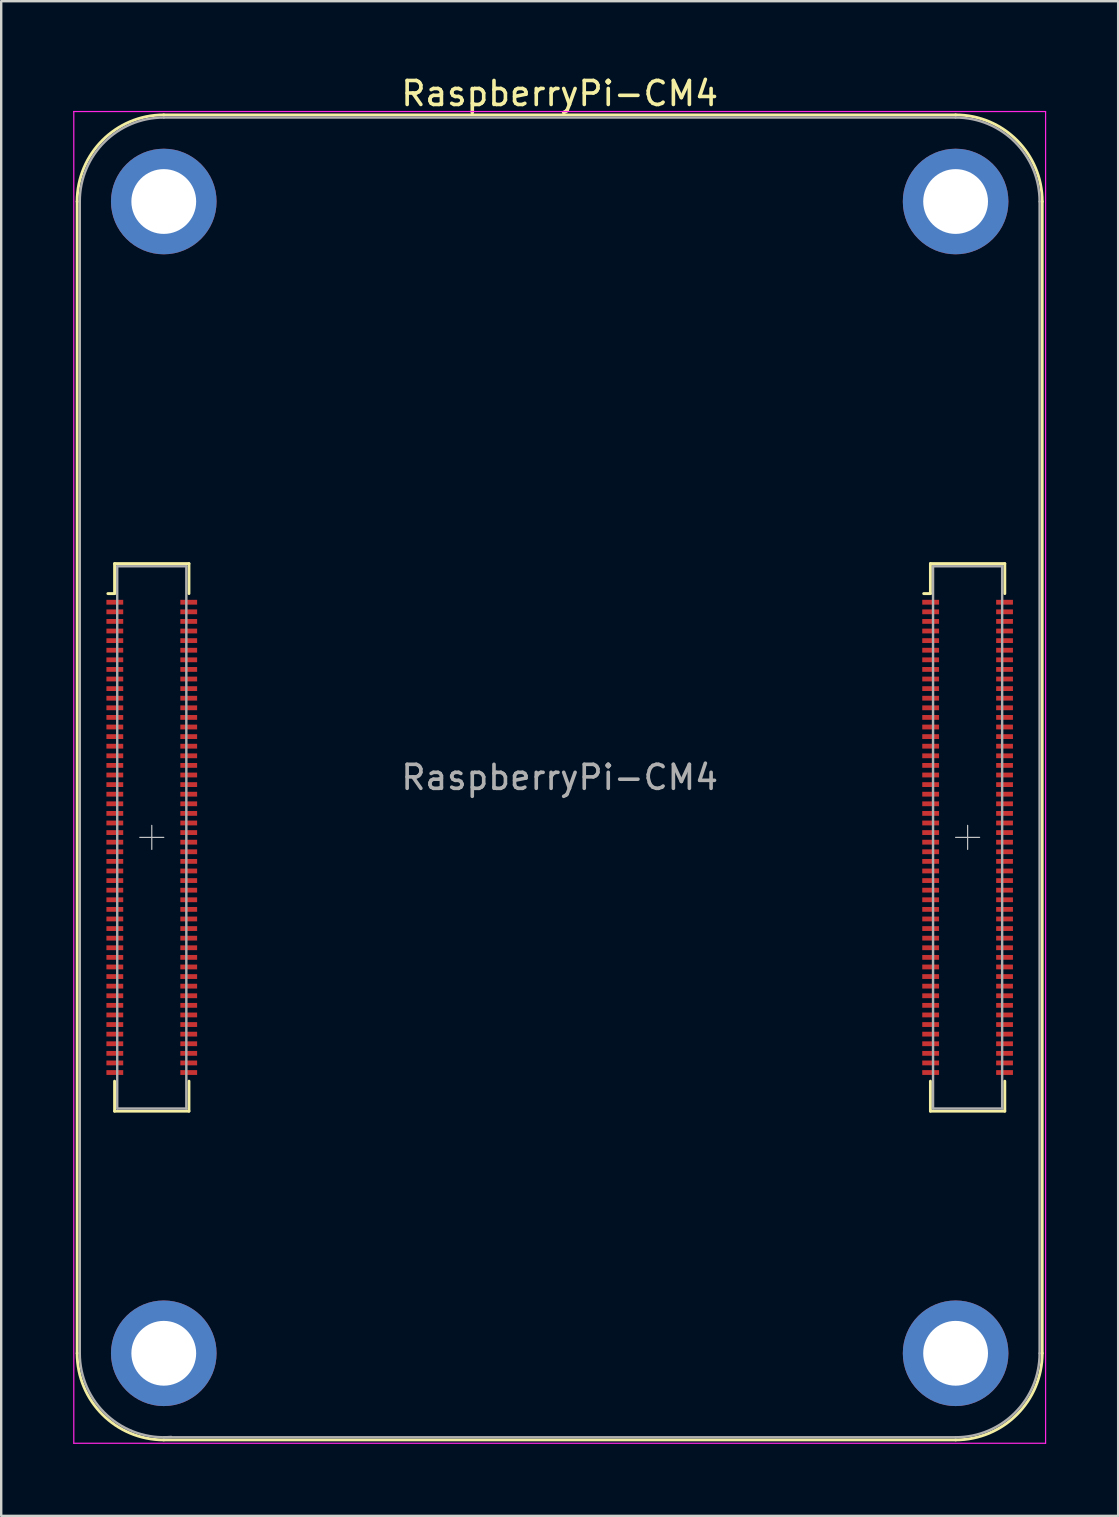
<source format=kicad_pcb>
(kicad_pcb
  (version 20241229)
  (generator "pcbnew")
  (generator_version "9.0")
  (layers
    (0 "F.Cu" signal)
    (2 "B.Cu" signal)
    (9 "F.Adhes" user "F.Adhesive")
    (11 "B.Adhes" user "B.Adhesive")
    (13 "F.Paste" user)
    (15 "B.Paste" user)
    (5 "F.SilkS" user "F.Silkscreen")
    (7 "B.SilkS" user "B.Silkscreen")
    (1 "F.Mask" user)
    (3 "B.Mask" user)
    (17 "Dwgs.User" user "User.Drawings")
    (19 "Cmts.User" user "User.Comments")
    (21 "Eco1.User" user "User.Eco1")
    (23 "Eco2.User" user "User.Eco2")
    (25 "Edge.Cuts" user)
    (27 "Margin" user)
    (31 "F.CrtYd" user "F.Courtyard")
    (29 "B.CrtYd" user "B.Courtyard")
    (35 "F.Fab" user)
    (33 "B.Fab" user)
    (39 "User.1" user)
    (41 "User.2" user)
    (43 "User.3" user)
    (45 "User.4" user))
  (footprint "RaspberryPi-CM4"
    (layer "F.Cu")
    (at 20.275 29.348)
    (property "Reference" "RaspberryPi-CM4" (at 0 -28.5 0) (layer "F.SilkS") (effects (font (size 1 1) (thickness 0.15))))
    (attr smd)
    (fp_line (start -20.11 -24) (end -20.11 24) (stroke (width 0.12) (type solid)) (layer "F.SilkS"))
    (fp_line (start -18.83 -7.66) (end -18.55 -7.66) (stroke (width 0.12) (type solid)) (layer "F.SilkS"))
    (fp_line (start -18.55 -8.91) (end -18.55 -7.66) (stroke (width 0.12) (type solid)) (layer "F.SilkS"))
    (fp_line (start -18.55 -8.91) (end -15.45 -8.91) (stroke (width 0.12) (type solid)) (layer "F.SilkS"))
    (fp_line (start -18.55 12.66) (end -18.55 13.91) (stroke (width 0.12) (type solid)) (layer "F.SilkS"))
    (fp_line (start -18.55 13.91) (end -15.45 13.91) (stroke (width 0.12) (type solid)) (layer "F.SilkS"))
    (fp_line (start -16.5 -27.61) (end 16.5 -27.61) (stroke (width 0.12) (type solid)) (layer "F.SilkS"))
    (fp_line (start -16.5 27.61) (end 16.5 27.61) (stroke (width 0.12) (type solid)) (layer "F.SilkS"))
    (fp_line (start -15.45 -8.91) (end -15.45 -7.66) (stroke (width 0.12) (type solid)) (layer "F.SilkS"))
    (fp_line (start -15.45 12.66) (end -15.45 13.91) (stroke (width 0.12) (type solid)) (layer "F.SilkS"))
    (fp_line (start 15.17 -7.66) (end 15.45 -7.66) (stroke (width 0.12) (type solid)) (layer "F.SilkS"))
    (fp_line (start 15.45 -8.91) (end 15.45 -7.66) (stroke (width 0.12) (type solid)) (layer "F.SilkS"))
    (fp_line (start 15.45 -8.91) (end 18.55 -8.91) (stroke (width 0.12) (type solid)) (layer "F.SilkS"))
    (fp_line (start 15.45 12.66) (end 15.45 13.91) (stroke (width 0.12) (type solid)) (layer "F.SilkS"))
    (fp_line (start 15.45 13.91) (end 18.55 13.91) (stroke (width 0.12) (type solid)) (layer "F.SilkS"))
    (fp_line (start 18.55 -8.91) (end 18.55 -7.66) (stroke (width 0.12) (type solid)) (layer "F.SilkS"))
    (fp_line (start 18.55 12.66) (end 18.55 13.91) (stroke (width 0.12) (type solid)) (layer "F.SilkS"))
    (fp_line (start 20.11 -24) (end 20.11 24) (stroke (width 0.12) (type solid)) (layer "F.SilkS"))
    (fp_arc (start -20.11 -24) (mid -19.052655 -26.552655) (end -16.5 -27.61) (stroke (width 0.12) (type solid)) (layer "F.SilkS"))
    (fp_arc (start -16.5 27.61) (mid -19.052655 26.552655) (end -20.11 24) (stroke (width 0.12) (type solid)) (layer "F.SilkS"))
    (fp_arc (start 16.5 -27.61) (mid 19.052655 -26.552655) (end 20.11 -24) (stroke (width 0.12) (type solid)) (layer "F.SilkS"))
    (fp_arc (start 20.11 24) (mid 19.052655 26.552655) (end 16.5 27.61) (stroke (width 0.12) (type solid)) (layer "F.SilkS"))
    (fp_line (start -17.5 2.5) (end -16.5 2.5) (stroke (width 0.05) (type solid)) (layer "Dwgs.User"))
    (fp_line (start -17 2) (end -17 3) (stroke (width 0.05) (type solid)) (layer "Dwgs.User"))
    (fp_line (start 16.5 2.5) (end 17.5 2.5) (stroke (width 0.05) (type solid)) (layer "Dwgs.User"))
    (fp_line (start 17 2) (end 17 3) (stroke (width 0.05) (type solid)) (layer "Dwgs.User"))
    (fp_line (start -20.25 -27.75) (end -20.25 27.75) (stroke (width 0.05) (type solid)) (layer "F.CrtYd"))
    (fp_line (start -20.25 -27.75) (end 20.25 -27.75) (stroke (width 0.05) (type solid)) (layer "F.CrtYd"))
    (fp_line (start -20.25 27.75) (end 20.25 27.75) (stroke (width 0.05) (type solid)) (layer "F.CrtYd"))
    (fp_line (start 20.25 -27.75) (end 20.25 27.75) (stroke (width 0.05) (type solid)) (layer "F.CrtYd"))
    (fp_line (start -20 -24) (end -20 24) (stroke (width 0.1) (type solid)) (layer "F.Fab"))
    (fp_line (start -18.44 -8.8) (end -18.44 13.8) (stroke (width 0.1) (type solid)) (layer "F.Fab"))
    (fp_line (start -18.44 -8.8) (end -15.56 -8.8) (stroke (width 0.1) (type solid)) (layer "F.Fab"))
    (fp_line (start -18.44 13.8) (end -15.56 13.8) (stroke (width 0.1) (type solid)) (layer "F.Fab"))
    (fp_line (start -16.5 -27.5) (end 16.5 -27.5) (stroke (width 0.1) (type solid)) (layer "F.Fab"))
    (fp_line (start -16.5 27.5) (end 16.5 27.5) (stroke (width 0.1) (type solid)) (layer "F.Fab"))
    (fp_line (start -15.56 -8.8) (end -15.56 13.8) (stroke (width 0.1) (type solid)) (layer "F.Fab"))
    (fp_line (start 15.56 -8.8) (end 15.56 13.8) (stroke (width 0.1) (type solid)) (layer "F.Fab"))
    (fp_line (start 15.56 -8.8) (end 18.44 -8.8) (stroke (width 0.1) (type solid)) (layer "F.Fab"))
    (fp_line (start 15.56 13.8) (end 18.44 13.8) (stroke (width 0.1) (type solid)) (layer "F.Fab"))
    (fp_line (start 18.44 -8.8) (end 18.44 13.8) (stroke (width 0.1) (type solid)) (layer "F.Fab"))
    (fp_line (start 20 -24) (end 20 24) (stroke (width 0.1) (type solid)) (layer "F.Fab"))
    (fp_arc (start -20 -24) (mid -18.974874 -26.474874) (end -16.5 -27.5) (stroke (width 0.1) (type solid)) (layer "F.Fab"))
    (fp_arc (start -16.18887 27.486144) (mid -18.862313 26.582533) (end -20 24) (stroke (width 0.1) (type solid)) (layer "F.Fab"))
    (fp_arc (start 16.5 -27.5) (mid 18.974874 -26.474874) (end 20 -24) (stroke (width 0.1) (type solid)) (layer "F.Fab"))
    (fp_arc (start 20 24) (mid 18.974874 26.474874) (end 16.5 27.5) (stroke (width 0.1) (type solid)) (layer "F.Fab"))
    (fp_text user "${REFERENCE}" (at 0 0 0) (layer "F.Fab") (effects (font (size 1 1) (thickness 0.15))))
    (pad "" np_thru_hole circle (at -16.5 -24) (size 4.4 4.4) (drill 2.7) (layers "*.Cu" "*.Mask"))
    (pad "" np_thru_hole circle (at -16.5 24) (size 4.4 4.4) (drill 2.7) (layers "*.Cu" "*.Mask"))
    (pad "" np_thru_hole circle (at 16.5 -24) (size 4.4 4.4) (drill 2.7) (layers "*.Cu" "*.Mask"))
    (pad "" np_thru_hole circle (at 16.5 24) (size 4.4 4.4) (drill 2.7) (layers "*.Cu" "*.Mask"))
    (pad "1" smd rect (at -18.54 -7.3 90) (size 0.2 0.7) (layers "F.Cu" "F.Mask" "F.Paste"))
    (pad "2" smd rect (at -15.46 -7.3 90) (size 0.2 0.7) (layers "F.Cu" "F.Mask" "F.Paste"))
    (pad "3" smd rect (at -18.54 -6.9 90) (size 0.2 0.7) (layers "F.Cu" "F.Mask" "F.Paste"))
    (pad "4" smd rect (at -15.46 -6.9 90) (size 0.2 0.7) (layers "F.Cu" "F.Mask" "F.Paste"))
    (pad "5" smd rect (at -18.54 -6.5 90) (size 0.2 0.7) (layers "F.Cu" "F.Mask" "F.Paste"))
    (pad "6" smd rect (at -15.46 -6.5 90) (size 0.2 0.7) (layers "F.Cu" "F.Mask" "F.Paste"))
    (pad "7" smd rect (at -18.54 -6.1 90) (size 0.2 0.7) (layers "F.Cu" "F.Mask" "F.Paste"))
    (pad "8" smd rect (at -15.46 -6.1 90) (size 0.2 0.7) (layers "F.Cu" "F.Mask" "F.Paste"))
    (pad "9" smd rect (at -18.54 -5.7 90) (size 0.2 0.7) (layers "F.Cu" "F.Mask" "F.Paste"))
    (pad "10" smd rect (at -15.46 -5.7 90) (size 0.2 0.7) (layers "F.Cu" "F.Mask" "F.Paste"))
    (pad "11" smd rect (at -18.54 -5.3 90) (size 0.2 0.7) (layers "F.Cu" "F.Mask" "F.Paste"))
    (pad "12" smd rect (at -15.46 -5.3 90) (size 0.2 0.7) (layers "F.Cu" "F.Mask" "F.Paste"))
    (pad "13" smd rect (at -18.54 -4.9 90) (size 0.2 0.7) (layers "F.Cu" "F.Mask" "F.Paste"))
    (pad "14" smd rect (at -15.46 -4.9 90) (size 0.2 0.7) (layers "F.Cu" "F.Mask" "F.Paste"))
    (pad "15" smd rect (at -18.54 -4.5 90) (size 0.2 0.7) (layers "F.Cu" "F.Mask" "F.Paste"))
    (pad "16" smd rect (at -15.46 -4.5 90) (size 0.2 0.7) (layers "F.Cu" "F.Mask" "F.Paste"))
    (pad "17" smd rect (at -18.54 -4.1 90) (size 0.2 0.7) (layers "F.Cu" "F.Mask" "F.Paste"))
    (pad "18" smd rect (at -15.46 -4.1 90) (size 0.2 0.7) (layers "F.Cu" "F.Mask" "F.Paste"))
    (pad "19" smd rect (at -18.54 -3.7 90) (size 0.2 0.7) (layers "F.Cu" "F.Mask" "F.Paste"))
    (pad "20" smd rect (at -15.46 -3.7 90) (size 0.2 0.7) (layers "F.Cu" "F.Mask" "F.Paste"))
    (pad "21" smd rect (at -18.54 -3.3 90) (size 0.2 0.7) (layers "F.Cu" "F.Mask" "F.Paste"))
    (pad "22" smd rect (at -15.46 -3.3 90) (size 0.2 0.7) (layers "F.Cu" "F.Mask" "F.Paste"))
    (pad "23" smd rect (at -18.54 -2.9 90) (size 0.2 0.7) (layers "F.Cu" "F.Mask" "F.Paste"))
    (pad "24" smd rect (at -15.46 -2.9 90) (size 0.2 0.7) (layers "F.Cu" "F.Mask" "F.Paste"))
    (pad "25" smd rect (at -18.54 -2.5 90) (size 0.2 0.7) (layers "F.Cu" "F.Mask" "F.Paste"))
    (pad "26" smd rect (at -15.46 -2.5 90) (size 0.2 0.7) (layers "F.Cu" "F.Mask" "F.Paste"))
    (pad "27" smd rect (at -18.54 -2.1 90) (size 0.2 0.7) (layers "F.Cu" "F.Mask" "F.Paste"))
    (pad "28" smd rect (at -15.46 -2.1 90) (size 0.2 0.7) (layers "F.Cu" "F.Mask" "F.Paste"))
    (pad "29" smd rect (at -18.54 -1.7 90) (size 0.2 0.7) (layers "F.Cu" "F.Mask" "F.Paste"))
    (pad "30" smd rect (at -15.46 -1.7 90) (size 0.2 0.7) (layers "F.Cu" "F.Mask" "F.Paste"))
    (pad "31" smd rect (at -18.54 -1.3 90) (size 0.2 0.7) (layers "F.Cu" "F.Mask" "F.Paste"))
    (pad "32" smd rect (at -15.46 -1.3 90) (size 0.2 0.7) (layers "F.Cu" "F.Mask" "F.Paste"))
    (pad "33" smd rect (at -18.54 -0.9 90) (size 0.2 0.7) (layers "F.Cu" "F.Mask" "F.Paste"))
    (pad "34" smd rect (at -15.46 -0.9 90) (size 0.2 0.7) (layers "F.Cu" "F.Mask" "F.Paste"))
    (pad "35" smd rect (at -18.54 -0.5 90) (size 0.2 0.7) (layers "F.Cu" "F.Mask" "F.Paste"))
    (pad "36" smd rect (at -15.46 -0.5 90) (size 0.2 0.7) (layers "F.Cu" "F.Mask" "F.Paste"))
    (pad "37" smd rect (at -18.54 -0.1 90) (size 0.2 0.7) (layers "F.Cu" "F.Mask" "F.Paste"))
    (pad "38" smd rect (at -15.46 -0.1 90) (size 0.2 0.7) (layers "F.Cu" "F.Mask" "F.Paste"))
    (pad "39" smd rect (at -18.54 0.3 90) (size 0.2 0.7) (layers "F.Cu" "F.Mask" "F.Paste"))
    (pad "40" smd rect (at -15.46 0.3 90) (size 0.2 0.7) (layers "F.Cu" "F.Mask" "F.Paste"))
    (pad "41" smd rect (at -18.54 0.7 90) (size 0.2 0.7) (layers "F.Cu" "F.Mask" "F.Paste"))
    (pad "42" smd rect (at -15.46 0.7 90) (size 0.2 0.7) (layers "F.Cu" "F.Mask" "F.Paste"))
    (pad "43" smd rect (at -18.54 1.1 90) (size 0.2 0.7) (layers "F.Cu" "F.Mask" "F.Paste"))
    (pad "44" smd rect (at -15.46 1.1 90) (size 0.2 0.7) (layers "F.Cu" "F.Mask" "F.Paste"))
    (pad "45" smd rect (at -18.54 1.5 90) (size 0.2 0.7) (layers "F.Cu" "F.Mask" "F.Paste"))
    (pad "46" smd rect (at -15.46 1.5 90) (size 0.2 0.7) (layers "F.Cu" "F.Mask" "F.Paste"))
    (pad "47" smd rect (at -18.54 1.9 90) (size 0.2 0.7) (layers "F.Cu" "F.Mask" "F.Paste"))
    (pad "48" smd rect (at -15.46 1.9 90) (size 0.2 0.7) (layers "F.Cu" "F.Mask" "F.Paste"))
    (pad "49" smd rect (at -18.54 2.3 90) (size 0.2 0.7) (layers "F.Cu" "F.Mask" "F.Paste"))
    (pad "50" smd rect (at -15.46 2.3 90) (size 0.2 0.7) (layers "F.Cu" "F.Mask" "F.Paste"))
    (pad "51" smd rect (at -18.54 2.7 90) (size 0.2 0.7) (layers "F.Cu" "F.Mask" "F.Paste"))
    (pad "52" smd rect (at -15.46 2.7 90) (size 0.2 0.7) (layers "F.Cu" "F.Mask" "F.Paste"))
    (pad "53" smd rect (at -18.54 3.1 90) (size 0.2 0.7) (layers "F.Cu" "F.Mask" "F.Paste"))
    (pad "54" smd rect (at -15.46 3.1 90) (size 0.2 0.7) (layers "F.Cu" "F.Mask" "F.Paste"))
    (pad "55" smd rect (at -18.54 3.5 90) (size 0.2 0.7) (layers "F.Cu" "F.Mask" "F.Paste"))
    (pad "56" smd rect (at -15.46 3.5 90) (size 0.2 0.7) (layers "F.Cu" "F.Mask" "F.Paste"))
    (pad "57" smd rect (at -18.54 3.9 90) (size 0.2 0.7) (layers "F.Cu" "F.Mask" "F.Paste"))
    (pad "58" smd rect (at -15.46 3.9 90) (size 0.2 0.7) (layers "F.Cu" "F.Mask" "F.Paste"))
    (pad "59" smd rect (at -18.54 4.3 90) (size 0.2 0.7) (layers "F.Cu" "F.Mask" "F.Paste"))
    (pad "60" smd rect (at -15.46 4.3 90) (size 0.2 0.7) (layers "F.Cu" "F.Mask" "F.Paste"))
    (pad "61" smd rect (at -18.54 4.7 90) (size 0.2 0.7) (layers "F.Cu" "F.Mask" "F.Paste"))
    (pad "62" smd rect (at -15.46 4.7 90) (size 0.2 0.7) (layers "F.Cu" "F.Mask" "F.Paste"))
    (pad "63" smd rect (at -18.54 5.1 90) (size 0.2 0.7) (layers "F.Cu" "F.Mask" "F.Paste"))
    (pad "64" smd rect (at -15.46 5.1 90) (size 0.2 0.7) (layers "F.Cu" "F.Mask" "F.Paste"))
    (pad "65" smd rect (at -18.54 5.5 90) (size 0.2 0.7) (layers "F.Cu" "F.Mask" "F.Paste"))
    (pad "66" smd rect (at -15.46 5.5 90) (size 0.2 0.7) (layers "F.Cu" "F.Mask" "F.Paste"))
    (pad "67" smd rect (at -18.54 5.9 90) (size 0.2 0.7) (layers "F.Cu" "F.Mask" "F.Paste"))
    (pad "68" smd rect (at -15.46 5.9 90) (size 0.2 0.7) (layers "F.Cu" "F.Mask" "F.Paste"))
    (pad "69" smd rect (at -18.54 6.3 90) (size 0.2 0.7) (layers "F.Cu" "F.Mask" "F.Paste"))
    (pad "70" smd rect (at -15.46 6.3 90) (size 0.2 0.7) (layers "F.Cu" "F.Mask" "F.Paste"))
    (pad "71" smd rect (at -18.54 6.7 90) (size 0.2 0.7) (layers "F.Cu" "F.Mask" "F.Paste"))
    (pad "72" smd rect (at -15.46 6.7 90) (size 0.2 0.7) (layers "F.Cu" "F.Mask" "F.Paste"))
    (pad "73" smd rect (at -18.54 7.1 90) (size 0.2 0.7) (layers "F.Cu" "F.Mask" "F.Paste"))
    (pad "74" smd rect (at -15.46 7.1 90) (size 0.2 0.7) (layers "F.Cu" "F.Mask" "F.Paste"))
    (pad "75" smd rect (at -18.54 7.5 90) (size 0.2 0.7) (layers "F.Cu" "F.Mask" "F.Paste"))
    (pad "76" smd rect (at -15.46 7.5 90) (size 0.2 0.7) (layers "F.Cu" "F.Mask" "F.Paste"))
    (pad "77" smd rect (at -18.54 7.9 90) (size 0.2 0.7) (layers "F.Cu" "F.Mask" "F.Paste"))
    (pad "78" smd rect (at -15.46 7.9 90) (size 0.2 0.7) (layers "F.Cu" "F.Mask" "F.Paste"))
    (pad "79" smd rect (at -18.54 8.3 90) (size 0.2 0.7) (layers "F.Cu" "F.Mask" "F.Paste"))
    (pad "80" smd rect (at -15.46 8.3 90) (size 0.2 0.7) (layers "F.Cu" "F.Mask" "F.Paste"))
    (pad "81" smd rect (at -18.54 8.7 90) (size 0.2 0.7) (layers "F.Cu" "F.Mask" "F.Paste"))
    (pad "82" smd rect (at -15.46 8.7 90) (size 0.2 0.7) (layers "F.Cu" "F.Mask" "F.Paste"))
    (pad "83" smd rect (at -18.54 9.1 90) (size 0.2 0.7) (layers "F.Cu" "F.Mask" "F.Paste"))
    (pad "84" smd rect (at -15.46 9.1 90) (size 0.2 0.7) (layers "F.Cu" "F.Mask" "F.Paste"))
    (pad "85" smd rect (at -18.54 9.5 90) (size 0.2 0.7) (layers "F.Cu" "F.Mask" "F.Paste"))
    (pad "86" smd rect (at -15.46 9.5 90) (size 0.2 0.7) (layers "F.Cu" "F.Mask" "F.Paste"))
    (pad "87" smd rect (at -18.54 9.9 90) (size 0.2 0.7) (layers "F.Cu" "F.Mask" "F.Paste"))
    (pad "88" smd rect (at -15.46 9.9 90) (size 0.2 0.7) (layers "F.Cu" "F.Mask" "F.Paste"))
    (pad "89" smd rect (at -18.54 10.3 90) (size 0.2 0.7) (layers "F.Cu" "F.Mask" "F.Paste"))
    (pad "90" smd rect (at -15.46 10.3 90) (size 0.2 0.7) (layers "F.Cu" "F.Mask" "F.Paste"))
    (pad "91" smd rect (at -18.54 10.7 90) (size 0.2 0.7) (layers "F.Cu" "F.Mask" "F.Paste"))
    (pad "92" smd rect (at -15.46 10.7 90) (size 0.2 0.7) (layers "F.Cu" "F.Mask" "F.Paste"))
    (pad "93" smd rect (at -18.54 11.1 90) (size 0.2 0.7) (layers "F.Cu" "F.Mask" "F.Paste"))
    (pad "94" smd rect (at -15.46 11.1 90) (size 0.2 0.7) (layers "F.Cu" "F.Mask" "F.Paste"))
    (pad "95" smd rect (at -18.54 11.5 90) (size 0.2 0.7) (layers "F.Cu" "F.Mask" "F.Paste"))
    (pad "96" smd rect (at -15.46 11.5 90) (size 0.2 0.7) (layers "F.Cu" "F.Mask" "F.Paste"))
    (pad "97" smd rect (at -18.54 11.9 90) (size 0.2 0.7) (layers "F.Cu" "F.Mask" "F.Paste"))
    (pad "98" smd rect (at -15.46 11.9 90) (size 0.2 0.7) (layers "F.Cu" "F.Mask" "F.Paste"))
    (pad "99" smd rect (at -18.54 12.3 90) (size 0.2 0.7) (layers "F.Cu" "F.Mask" "F.Paste"))
    (pad "100" smd rect (at -15.46 12.3 90) (size 0.2 0.7) (layers "F.Cu" "F.Mask" "F.Paste"))
    (pad "101" smd rect (at 15.46 -7.3 90) (size 0.2 0.7) (layers "F.Cu" "F.Mask" "F.Paste"))
    (pad "102" smd rect (at 18.54 -7.3 90) (size 0.2 0.7) (layers "F.Cu" "F.Mask" "F.Paste"))
    (pad "103" smd rect (at 15.46 -6.9 90) (size 0.2 0.7) (layers "F.Cu" "F.Mask" "F.Paste"))
    (pad "104" smd rect (at 18.54 -6.9 90) (size 0.2 0.7) (layers "F.Cu" "F.Mask" "F.Paste"))
    (pad "105" smd rect (at 15.46 -6.5 90) (size 0.2 0.7) (layers "F.Cu" "F.Mask" "F.Paste"))
    (pad "106" smd rect (at 18.54 -6.5 90) (size 0.2 0.7) (layers "F.Cu" "F.Mask" "F.Paste"))
    (pad "107" smd rect (at 15.46 -6.1 90) (size 0.2 0.7) (layers "F.Cu" "F.Mask" "F.Paste"))
    (pad "108" smd rect (at 18.54 -6.1 90) (size 0.2 0.7) (layers "F.Cu" "F.Mask" "F.Paste"))
    (pad "109" smd rect (at 15.46 -5.7 90) (size 0.2 0.7) (layers "F.Cu" "F.Mask" "F.Paste"))
    (pad "110" smd rect (at 18.54 -5.7 90) (size 0.2 0.7) (layers "F.Cu" "F.Mask" "F.Paste"))
    (pad "111" smd rect (at 15.46 -5.3 90) (size 0.2 0.7) (layers "F.Cu" "F.Mask" "F.Paste"))
    (pad "112" smd rect (at 18.54 -5.3 90) (size 0.2 0.7) (layers "F.Cu" "F.Mask" "F.Paste"))
    (pad "113" smd rect (at 15.46 -4.9 90) (size 0.2 0.7) (layers "F.Cu" "F.Mask" "F.Paste"))
    (pad "114" smd rect (at 18.54 -4.9 90) (size 0.2 0.7) (layers "F.Cu" "F.Mask" "F.Paste"))
    (pad "115" smd rect (at 15.46 -4.5 90) (size 0.2 0.7) (layers "F.Cu" "F.Mask" "F.Paste"))
    (pad "116" smd rect (at 18.54 -4.5 90) (size 0.2 0.7) (layers "F.Cu" "F.Mask" "F.Paste"))
    (pad "117" smd rect (at 15.46 -4.1 90) (size 0.2 0.7) (layers "F.Cu" "F.Mask" "F.Paste"))
    (pad "118" smd rect (at 18.54 -4.1 90) (size 0.2 0.7) (layers "F.Cu" "F.Mask" "F.Paste"))
    (pad "119" smd rect (at 15.46 -3.7 90) (size 0.2 0.7) (layers "F.Cu" "F.Mask" "F.Paste"))
    (pad "120" smd rect (at 18.54 -3.7 90) (size 0.2 0.7) (layers "F.Cu" "F.Mask" "F.Paste"))
    (pad "121" smd rect (at 15.46 -3.3 90) (size 0.2 0.7) (layers "F.Cu" "F.Mask" "F.Paste"))
    (pad "122" smd rect (at 18.54 -3.3 90) (size 0.2 0.7) (layers "F.Cu" "F.Mask" "F.Paste"))
    (pad "123" smd rect (at 15.46 -2.9 90) (size 0.2 0.7) (layers "F.Cu" "F.Mask" "F.Paste"))
    (pad "124" smd rect (at 18.54 -2.9 90) (size 0.2 0.7) (layers "F.Cu" "F.Mask" "F.Paste"))
    (pad "125" smd rect (at 15.46 -2.5 90) (size 0.2 0.7) (layers "F.Cu" "F.Mask" "F.Paste"))
    (pad "126" smd rect (at 18.54 -2.5 90) (size 0.2 0.7) (layers "F.Cu" "F.Mask" "F.Paste"))
    (pad "127" smd rect (at 15.46 -2.1 90) (size 0.2 0.7) (layers "F.Cu" "F.Mask" "F.Paste"))
    (pad "128" smd rect (at 18.54 -2.1 90) (size 0.2 0.7) (layers "F.Cu" "F.Mask" "F.Paste"))
    (pad "129" smd rect (at 15.46 -1.7 90) (size 0.2 0.7) (layers "F.Cu" "F.Mask" "F.Paste"))
    (pad "130" smd rect (at 18.54 -1.7 90) (size 0.2 0.7) (layers "F.Cu" "F.Mask" "F.Paste"))
    (pad "131" smd rect (at 15.46 -1.3 90) (size 0.2 0.7) (layers "F.Cu" "F.Mask" "F.Paste"))
    (pad "132" smd rect (at 18.54 -1.3 90) (size 0.2 0.7) (layers "F.Cu" "F.Mask" "F.Paste"))
    (pad "133" smd rect (at 15.46 -0.9 90) (size 0.2 0.7) (layers "F.Cu" "F.Mask" "F.Paste"))
    (pad "134" smd rect (at 18.54 -0.9 90) (size 0.2 0.7) (layers "F.Cu" "F.Mask" "F.Paste"))
    (pad "135" smd rect (at 15.46 -0.5 90) (size 0.2 0.7) (layers "F.Cu" "F.Mask" "F.Paste"))
    (pad "136" smd rect (at 18.54 -0.5 90) (size 0.2 0.7) (layers "F.Cu" "F.Mask" "F.Paste"))
    (pad "137" smd rect (at 15.46 -0.1 90) (size 0.2 0.7) (layers "F.Cu" "F.Mask" "F.Paste"))
    (pad "138" smd rect (at 18.54 -0.1 90) (size 0.2 0.7) (layers "F.Cu" "F.Mask" "F.Paste"))
    (pad "139" smd rect (at 15.46 0.3 90) (size 0.2 0.7) (layers "F.Cu" "F.Mask" "F.Paste"))
    (pad "140" smd rect (at 18.54 0.3 90) (size 0.2 0.7) (layers "F.Cu" "F.Mask" "F.Paste"))
    (pad "141" smd rect (at 15.46 0.7 90) (size 0.2 0.7) (layers "F.Cu" "F.Mask" "F.Paste"))
    (pad "142" smd rect (at 18.54 0.7 90) (size 0.2 0.7) (layers "F.Cu" "F.Mask" "F.Paste"))
    (pad "143" smd rect (at 15.46 1.1 90) (size 0.2 0.7) (layers "F.Cu" "F.Mask" "F.Paste"))
    (pad "144" smd rect (at 18.54 1.1 90) (size 0.2 0.7) (layers "F.Cu" "F.Mask" "F.Paste"))
    (pad "145" smd rect (at 15.46 1.5 90) (size 0.2 0.7) (layers "F.Cu" "F.Mask" "F.Paste"))
    (pad "146" smd rect (at 18.54 1.5 90) (size 0.2 0.7) (layers "F.Cu" "F.Mask" "F.Paste"))
    (pad "147" smd rect (at 15.46 1.9 90) (size 0.2 0.7) (layers "F.Cu" "F.Mask" "F.Paste"))
    (pad "148" smd rect (at 18.54 1.9 90) (size 0.2 0.7) (layers "F.Cu" "F.Mask" "F.Paste"))
    (pad "149" smd rect (at 15.46 2.3 90) (size 0.2 0.7) (layers "F.Cu" "F.Mask" "F.Paste"))
    (pad "150" smd rect (at 18.54 2.3 90) (size 0.2 0.7) (layers "F.Cu" "F.Mask" "F.Paste"))
    (pad "151" smd rect (at 15.46 2.7 90) (size 0.2 0.7) (layers "F.Cu" "F.Mask" "F.Paste"))
    (pad "152" smd rect (at 18.54 2.7 90) (size 0.2 0.7) (layers "F.Cu" "F.Mask" "F.Paste"))
    (pad "153" smd rect (at 15.46 3.1 90) (size 0.2 0.7) (layers "F.Cu" "F.Mask" "F.Paste"))
    (pad "154" smd rect (at 18.54 3.1 90) (size 0.2 0.7) (layers "F.Cu" "F.Mask" "F.Paste"))
    (pad "155" smd rect (at 15.46 3.5 90) (size 0.2 0.7) (layers "F.Cu" "F.Mask" "F.Paste"))
    (pad "156" smd rect (at 18.54 3.5 90) (size 0.2 0.7) (layers "F.Cu" "F.Mask" "F.Paste"))
    (pad "157" smd rect (at 15.46 3.9 90) (size 0.2 0.7) (layers "F.Cu" "F.Mask" "F.Paste"))
    (pad "158" smd rect (at 18.54 3.9 90) (size 0.2 0.7) (layers "F.Cu" "F.Mask" "F.Paste"))
    (pad "159" smd rect (at 15.46 4.3 90) (size 0.2 0.7) (layers "F.Cu" "F.Mask" "F.Paste"))
    (pad "160" smd rect (at 18.54 4.3 90) (size 0.2 0.7) (layers "F.Cu" "F.Mask" "F.Paste"))
    (pad "161" smd rect (at 15.46 4.7 90) (size 0.2 0.7) (layers "F.Cu" "F.Mask" "F.Paste"))
    (pad "162" smd rect (at 18.54 4.7 90) (size 0.2 0.7) (layers "F.Cu" "F.Mask" "F.Paste"))
    (pad "163" smd rect (at 15.46 5.1 90) (size 0.2 0.7) (layers "F.Cu" "F.Mask" "F.Paste"))
    (pad "164" smd rect (at 18.54 5.1 90) (size 0.2 0.7) (layers "F.Cu" "F.Mask" "F.Paste"))
    (pad "165" smd rect (at 15.46 5.5 90) (size 0.2 0.7) (layers "F.Cu" "F.Mask" "F.Paste"))
    (pad "166" smd rect (at 18.54 5.5 90) (size 0.2 0.7) (layers "F.Cu" "F.Mask" "F.Paste"))
    (pad "167" smd rect (at 15.46 5.9 90) (size 0.2 0.7) (layers "F.Cu" "F.Mask" "F.Paste"))
    (pad "168" smd rect (at 18.54 5.9 90) (size 0.2 0.7) (layers "F.Cu" "F.Mask" "F.Paste"))
    (pad "169" smd rect (at 15.46 6.3 90) (size 0.2 0.7) (layers "F.Cu" "F.Mask" "F.Paste"))
    (pad "170" smd rect (at 18.54 6.3 90) (size 0.2 0.7) (layers "F.Cu" "F.Mask" "F.Paste"))
    (pad "171" smd rect (at 15.46 6.7 90) (size 0.2 0.7) (layers "F.Cu" "F.Mask" "F.Paste"))
    (pad "172" smd rect (at 18.54 6.7 90) (size 0.2 0.7) (layers "F.Cu" "F.Mask" "F.Paste"))
    (pad "173" smd rect (at 15.46 7.1 90) (size 0.2 0.7) (layers "F.Cu" "F.Mask" "F.Paste"))
    (pad "174" smd rect (at 18.54 7.1 90) (size 0.2 0.7) (layers "F.Cu" "F.Mask" "F.Paste"))
    (pad "175" smd rect (at 15.46 7.5 90) (size 0.2 0.7) (layers "F.Cu" "F.Mask" "F.Paste"))
    (pad "176" smd rect (at 18.54 7.5 90) (size 0.2 0.7) (layers "F.Cu" "F.Mask" "F.Paste"))
    (pad "177" smd rect (at 15.46 7.9 90) (size 0.2 0.7) (layers "F.Cu" "F.Mask" "F.Paste"))
    (pad "178" smd rect (at 18.54 7.9 90) (size 0.2 0.7) (layers "F.Cu" "F.Mask" "F.Paste"))
    (pad "179" smd rect (at 15.46 8.3 90) (size 0.2 0.7) (layers "F.Cu" "F.Mask" "F.Paste"))
    (pad "180" smd rect (at 18.54 8.3 90) (size 0.2 0.7) (layers "F.Cu" "F.Mask" "F.Paste"))
    (pad "181" smd rect (at 15.46 8.7 90) (size 0.2 0.7) (layers "F.Cu" "F.Mask" "F.Paste"))
    (pad "182" smd rect (at 18.54 8.7 90) (size 0.2 0.7) (layers "F.Cu" "F.Mask" "F.Paste"))
    (pad "183" smd rect (at 15.46 9.1 90) (size 0.2 0.7) (layers "F.Cu" "F.Mask" "F.Paste"))
    (pad "184" smd rect (at 18.54 9.1 90) (size 0.2 0.7) (layers "F.Cu" "F.Mask" "F.Paste"))
    (pad "185" smd rect (at 15.46 9.5 90) (size 0.2 0.7) (layers "F.Cu" "F.Mask" "F.Paste"))
    (pad "186" smd rect (at 18.54 9.5 90) (size 0.2 0.7) (layers "F.Cu" "F.Mask" "F.Paste"))
    (pad "187" smd rect (at 15.46 9.9 90) (size 0.2 0.7) (layers "F.Cu" "F.Mask" "F.Paste"))
    (pad "188" smd rect (at 18.54 9.9 90) (size 0.2 0.7) (layers "F.Cu" "F.Mask" "F.Paste"))
    (pad "189" smd rect (at 15.46 10.3 90) (size 0.2 0.7) (layers "F.Cu" "F.Mask" "F.Paste"))
    (pad "190" smd rect (at 18.54 10.3 90) (size 0.2 0.7) (layers "F.Cu" "F.Mask" "F.Paste"))
    (pad "191" smd rect (at 15.46 10.7 90) (size 0.2 0.7) (layers "F.Cu" "F.Mask" "F.Paste"))
    (pad "192" smd rect (at 18.54 10.7 90) (size 0.2 0.7) (layers "F.Cu" "F.Mask" "F.Paste"))
    (pad "193" smd rect (at 15.46 11.1 90) (size 0.2 0.7) (layers "F.Cu" "F.Mask" "F.Paste"))
    (pad "194" smd rect (at 18.54 11.1 90) (size 0.2 0.7) (layers "F.Cu" "F.Mask" "F.Paste"))
    (pad "195" smd rect (at 15.46 11.5 90) (size 0.2 0.7) (layers "F.Cu" "F.Mask" "F.Paste"))
    (pad "196" smd rect (at 18.54 11.5 90) (size 0.2 0.7) (layers "F.Cu" "F.Mask" "F.Paste"))
    (pad "197" smd rect (at 15.46 11.9 90) (size 0.2 0.7) (layers "F.Cu" "F.Mask" "F.Paste"))
    (pad "198" smd rect (at 18.54 11.9 90) (size 0.2 0.7) (layers "F.Cu" "F.Mask" "F.Paste"))
    (pad "199" smd rect (at 15.46 12.3 90) (size 0.2 0.7) (layers "F.Cu" "F.Mask" "F.Paste"))
    (pad "200" smd rect (at 18.54 12.3 90) (size 0.2 0.7) (layers "F.Cu" "F.Mask" "F.Paste")))
  (gr_rect
    (start -3 -3)
    (end 43.55 60.123)
    (stroke (width 0.1) (type default))
    (fill no)
    (layer "Edge.Cuts")))
</source>
